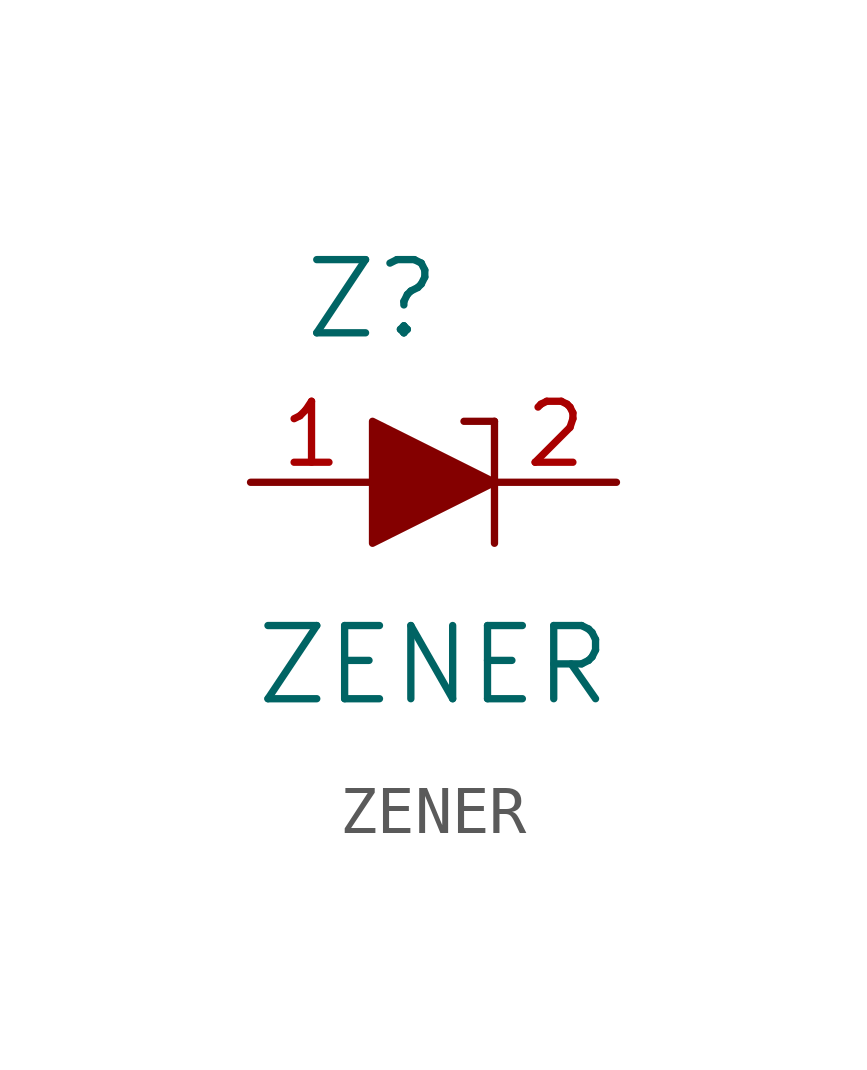
<source format=kicad_sym>
(kicad_symbol_lib
  (version 20211014)
  (generator kicad_symbol_editor)
  (symbol "ZENER"
    (pin_names
      (offset 1.016) hide)
    (property "Reference" "Z"
      (at -1.27 3.81 0)
      (effects (font (size 1.524 1.524))))
    (property "Value" "ZENER"
      (at 0 -3.81 0)
      (effects (font (size 1.524 1.524))))
    (property "Footprint" ""
      (at 0 0 0)
      (effects (font (size 1.524 1.524))))
    (property "Datasheet" ""
      (at 0 0 0)
      (effects (font (size 1.524 1.524))))
    (symbol "ZENER_0_0"
      (polyline (pts (xy 1.27 1.27) (xy 1.27 -1.27)) (stroke (width 0) (type default) (color 0 0 0 0)) (fill (type none)))
      (polyline (pts (xy -1.27 1.27) (xy -1.27 -1.27) (xy 1.27 0) (xy -1.27 1.27)) (stroke (width 0) (type default) (color 0 0 0 0)) (fill (type outline))))
    (symbol "ZENER_0_1"
      (polyline (pts (xy 0.635 1.27) (xy 1.27 1.27)) (stroke (width 0) (type default) (color 0 0 0 0)) (fill (type none))))
    (symbol "ZENER_1_1"
      (pin passive line (at -3.81 0 0) (length 2.54) (name "Anode" (effects (font (size 1.27 1.27)))) (number "1" (effects (font (size 1.27 1.27)))))
      (pin passive line (at 3.81 0 180) (length 2.54) (name "Cathode" (effects (font (size 1.27 1.27)))) (number "2" (effects (font (size 1.27 1.27))))))))
</source>
